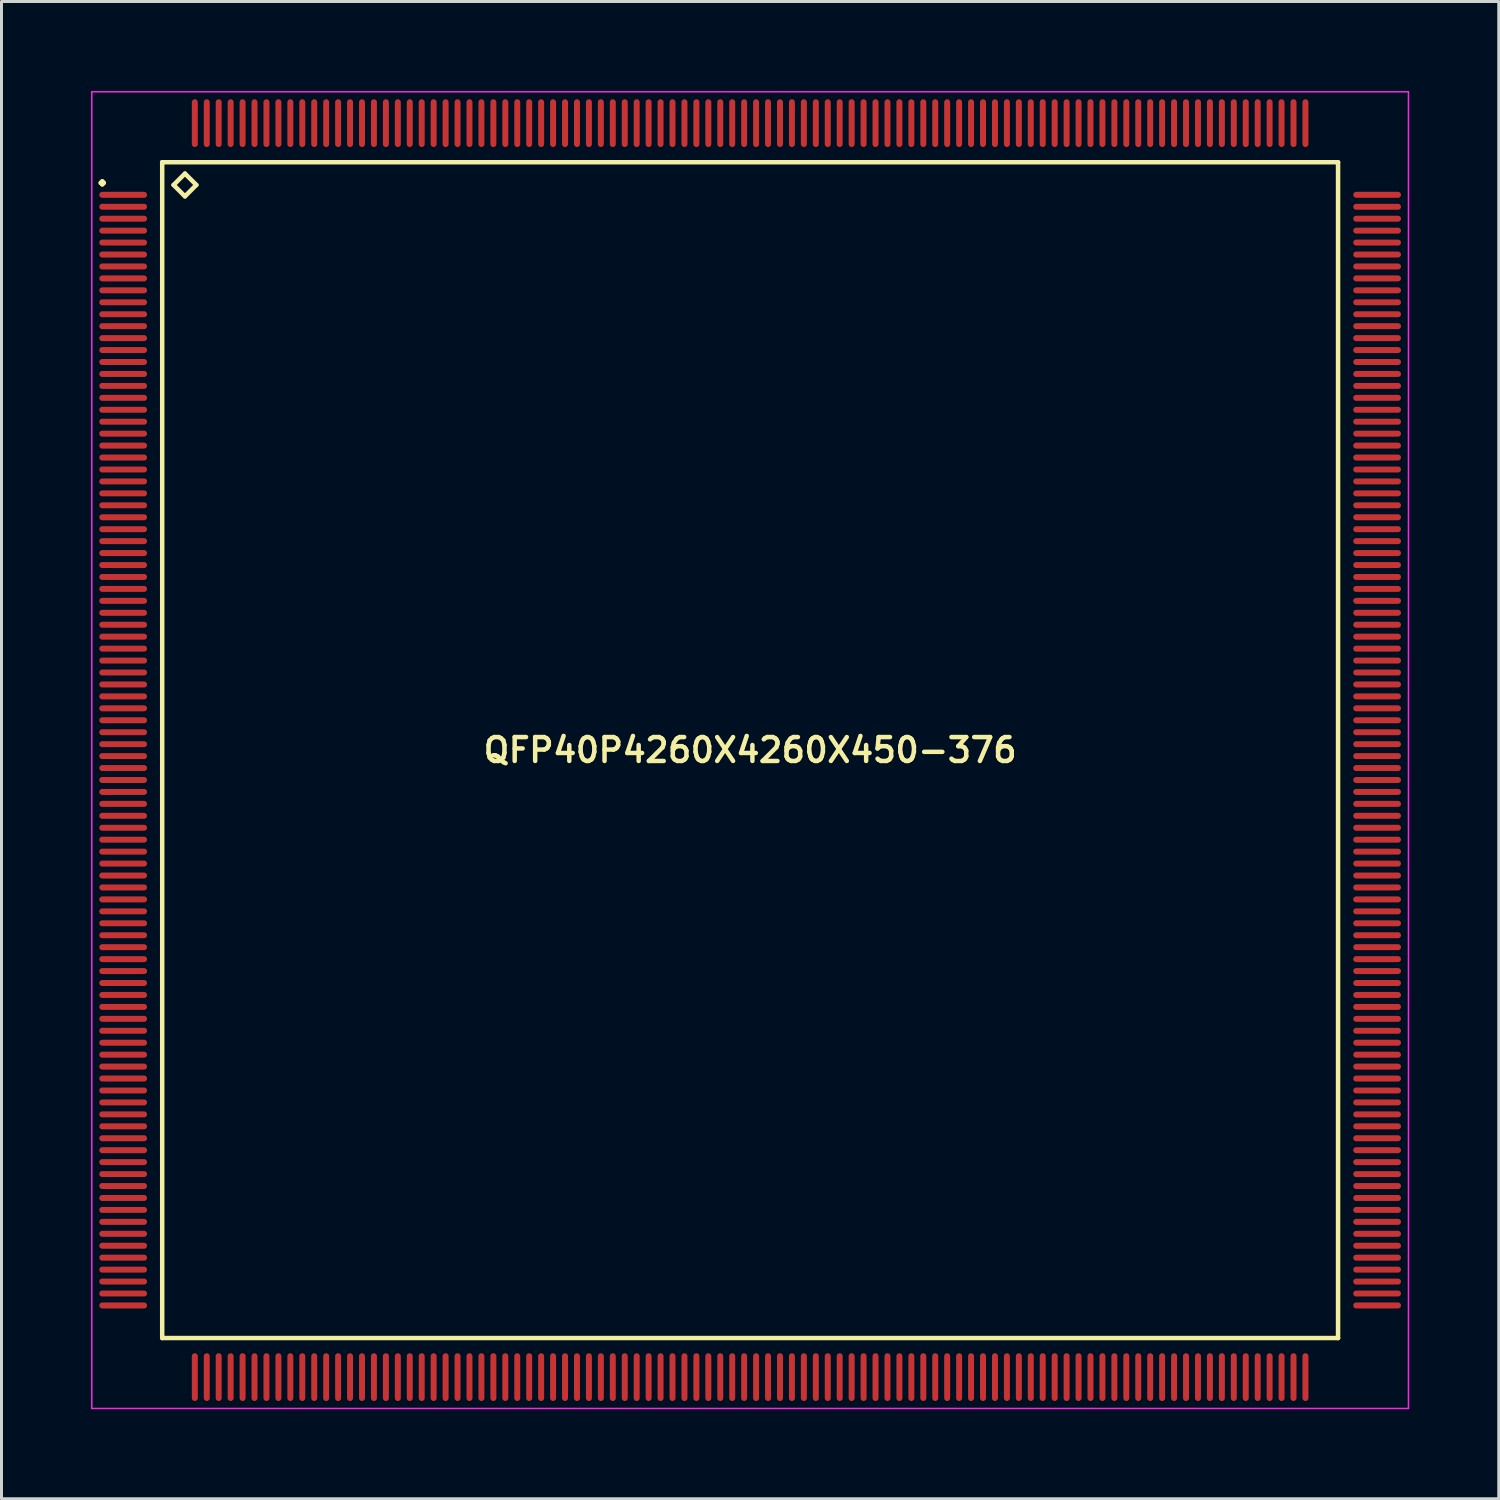
<source format=kicad_pcb>
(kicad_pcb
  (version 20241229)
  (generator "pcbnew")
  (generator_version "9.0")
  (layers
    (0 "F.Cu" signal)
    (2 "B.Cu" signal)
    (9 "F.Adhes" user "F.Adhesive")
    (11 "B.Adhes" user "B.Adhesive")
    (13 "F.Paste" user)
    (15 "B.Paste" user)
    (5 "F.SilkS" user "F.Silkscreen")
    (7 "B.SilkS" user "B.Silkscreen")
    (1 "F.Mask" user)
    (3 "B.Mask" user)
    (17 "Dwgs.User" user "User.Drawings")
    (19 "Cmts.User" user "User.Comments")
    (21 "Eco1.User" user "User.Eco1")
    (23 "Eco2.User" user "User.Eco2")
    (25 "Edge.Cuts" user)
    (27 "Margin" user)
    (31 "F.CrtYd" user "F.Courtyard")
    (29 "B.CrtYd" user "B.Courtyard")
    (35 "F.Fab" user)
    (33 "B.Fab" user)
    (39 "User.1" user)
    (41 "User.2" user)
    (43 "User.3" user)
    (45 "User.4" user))
  (footprint "QFP40P4260X4260X450-376"
    (layer "F.Cu")
    (at 22.075 22.075)
    (property "Reference" "QFP40P4260X4260X450-376" (at 0 0 0) (layer "F.SilkS") (effects (font (size 0.8 0.8) (thickness 0.15))))
    (attr smd)
    (fp_line (start -21.75 -19) (end -21.7 -19.05) (stroke (width 0.15) (type solid)) (layer "F.SilkS"))
    (fp_line (start -21.7 -19.05) (end -21.65 -19) (stroke (width 0.15) (type solid)) (layer "F.SilkS"))
    (fp_line (start -21.7 -18.95) (end -21.75 -19) (stroke (width 0.15) (type solid)) (layer "F.SilkS"))
    (fp_line (start -21.65 -19) (end -21.7 -18.95) (stroke (width 0.15) (type solid)) (layer "F.SilkS"))
    (fp_line (start -19.692 -19.692) (end -19.692 19.692) (stroke (width 0.15) (type solid)) (layer "F.SilkS"))
    (fp_line (start -19.692 19.692) (end 19.692 19.692) (stroke (width 0.15) (type solid)) (layer "F.SilkS"))
    (fp_line (start -19.311 -18.93) (end -18.93 -19.311) (stroke (width 0.15) (type solid)) (layer "F.SilkS"))
    (fp_line (start -18.93 -19.311) (end -18.549 -18.93) (stroke (width 0.15) (type solid)) (layer "F.SilkS"))
    (fp_line (start -18.93 -18.549) (end -19.311 -18.93) (stroke (width 0.15) (type solid)) (layer "F.SilkS"))
    (fp_line (start -18.549 -18.93) (end -18.93 -18.549) (stroke (width 0.15) (type solid)) (layer "F.SilkS"))
    (fp_line (start 19.692 -19.692) (end -19.692 -19.692) (stroke (width 0.15) (type solid)) (layer "F.SilkS"))
    (fp_line (start 19.692 19.692) (end 19.692 -19.692) (stroke (width 0.15) (type solid)) (layer "F.SilkS"))
    (fp_line (start -22.05 -22.05) (end 22.05 -22.05) (stroke (width 0.05) (type solid)) (layer "F.CrtYd"))
    (fp_line (start -22.05 22.05) (end -22.05 -22.05) (stroke (width 0.05) (type solid)) (layer "F.CrtYd"))
    (fp_line (start 22.05 -22.05) (end 22.05 22.05) (stroke (width 0.05) (type solid)) (layer "F.CrtYd"))
    (fp_line (start 22.05 22.05) (end -22.05 22.05) (stroke (width 0.05) (type solid)) (layer "F.CrtYd"))
    (pad "1" smd oval (at -21 -18.6) (size 1.6 0.2) (layers "F.Cu" "F.Mask" "F.Paste"))
    (pad "2" smd oval (at -21 -18.2) (size 1.6 0.2) (layers "F.Cu" "F.Mask" "F.Paste"))
    (pad "3" smd oval (at -21 -17.8) (size 1.6 0.2) (layers "F.Cu" "F.Mask" "F.Paste"))
    (pad "4" smd oval (at -21 -17.4) (size 1.6 0.2) (layers "F.Cu" "F.Mask" "F.Paste"))
    (pad "5" smd oval (at -21 -17) (size 1.6 0.2) (layers "F.Cu" "F.Mask" "F.Paste"))
    (pad "6" smd oval (at -21 -16.6) (size 1.6 0.2) (layers "F.Cu" "F.Mask" "F.Paste"))
    (pad "7" smd oval (at -21 -16.2) (size 1.6 0.2) (layers "F.Cu" "F.Mask" "F.Paste"))
    (pad "8" smd oval (at -21 -15.8) (size 1.6 0.2) (layers "F.Cu" "F.Mask" "F.Paste"))
    (pad "9" smd oval (at -21 -15.4) (size 1.6 0.2) (layers "F.Cu" "F.Mask" "F.Paste"))
    (pad "10" smd oval (at -21 -15) (size 1.6 0.2) (layers "F.Cu" "F.Mask" "F.Paste"))
    (pad "11" smd oval (at -21 -14.6) (size 1.6 0.2) (layers "F.Cu" "F.Mask" "F.Paste"))
    (pad "12" smd oval (at -21 -14.2) (size 1.6 0.2) (layers "F.Cu" "F.Mask" "F.Paste"))
    (pad "13" smd oval (at -21 -13.8) (size 1.6 0.2) (layers "F.Cu" "F.Mask" "F.Paste"))
    (pad "14" smd oval (at -21 -13.4) (size 1.6 0.2) (layers "F.Cu" "F.Mask" "F.Paste"))
    (pad "15" smd oval (at -21 -13) (size 1.6 0.2) (layers "F.Cu" "F.Mask" "F.Paste"))
    (pad "16" smd oval (at -21 -12.6) (size 1.6 0.2) (layers "F.Cu" "F.Mask" "F.Paste"))
    (pad "17" smd oval (at -21 -12.2) (size 1.6 0.2) (layers "F.Cu" "F.Mask" "F.Paste"))
    (pad "18" smd oval (at -21 -11.8) (size 1.6 0.2) (layers "F.Cu" "F.Mask" "F.Paste"))
    (pad "19" smd oval (at -21 -11.4) (size 1.6 0.2) (layers "F.Cu" "F.Mask" "F.Paste"))
    (pad "20" smd oval (at -21 -11) (size 1.6 0.2) (layers "F.Cu" "F.Mask" "F.Paste"))
    (pad "21" smd oval (at -21 -10.6) (size 1.6 0.2) (layers "F.Cu" "F.Mask" "F.Paste"))
    (pad "22" smd oval (at -21 -10.2) (size 1.6 0.2) (layers "F.Cu" "F.Mask" "F.Paste"))
    (pad "23" smd oval (at -21 -9.8) (size 1.6 0.2) (layers "F.Cu" "F.Mask" "F.Paste"))
    (pad "24" smd oval (at -21 -9.4) (size 1.6 0.2) (layers "F.Cu" "F.Mask" "F.Paste"))
    (pad "25" smd oval (at -21 -9) (size 1.6 0.2) (layers "F.Cu" "F.Mask" "F.Paste"))
    (pad "26" smd oval (at -21 -8.6) (size 1.6 0.2) (layers "F.Cu" "F.Mask" "F.Paste"))
    (pad "27" smd oval (at -21 -8.2) (size 1.6 0.2) (layers "F.Cu" "F.Mask" "F.Paste"))
    (pad "28" smd oval (at -21 -7.8) (size 1.6 0.2) (layers "F.Cu" "F.Mask" "F.Paste"))
    (pad "29" smd oval (at -21 -7.4) (size 1.6 0.2) (layers "F.Cu" "F.Mask" "F.Paste"))
    (pad "30" smd oval (at -21 -7) (size 1.6 0.2) (layers "F.Cu" "F.Mask" "F.Paste"))
    (pad "31" smd oval (at -21 -6.6) (size 1.6 0.2) (layers "F.Cu" "F.Mask" "F.Paste"))
    (pad "32" smd oval (at -21 -6.2) (size 1.6 0.2) (layers "F.Cu" "F.Mask" "F.Paste"))
    (pad "33" smd oval (at -21 -5.8) (size 1.6 0.2) (layers "F.Cu" "F.Mask" "F.Paste"))
    (pad "34" smd oval (at -21 -5.4) (size 1.6 0.2) (layers "F.Cu" "F.Mask" "F.Paste"))
    (pad "35" smd oval (at -21 -5) (size 1.6 0.2) (layers "F.Cu" "F.Mask" "F.Paste"))
    (pad "36" smd oval (at -21 -4.6) (size 1.6 0.2) (layers "F.Cu" "F.Mask" "F.Paste"))
    (pad "37" smd oval (at -21 -4.2) (size 1.6 0.2) (layers "F.Cu" "F.Mask" "F.Paste"))
    (pad "38" smd oval (at -21 -3.8) (size 1.6 0.2) (layers "F.Cu" "F.Mask" "F.Paste"))
    (pad "39" smd oval (at -21 -3.4) (size 1.6 0.2) (layers "F.Cu" "F.Mask" "F.Paste"))
    (pad "40" smd oval (at -21 -3) (size 1.6 0.2) (layers "F.Cu" "F.Mask" "F.Paste"))
    (pad "41" smd oval (at -21 -2.6) (size 1.6 0.2) (layers "F.Cu" "F.Mask" "F.Paste"))
    (pad "42" smd oval (at -21 -2.2) (size 1.6 0.2) (layers "F.Cu" "F.Mask" "F.Paste"))
    (pad "43" smd oval (at -21 -1.8) (size 1.6 0.2) (layers "F.Cu" "F.Mask" "F.Paste"))
    (pad "44" smd oval (at -21 -1.4) (size 1.6 0.2) (layers "F.Cu" "F.Mask" "F.Paste"))
    (pad "45" smd oval (at -21 -1) (size 1.6 0.2) (layers "F.Cu" "F.Mask" "F.Paste"))
    (pad "46" smd oval (at -21 -0.6) (size 1.6 0.2) (layers "F.Cu" "F.Mask" "F.Paste"))
    (pad "47" smd oval (at -21 -0.2) (size 1.6 0.2) (layers "F.Cu" "F.Mask" "F.Paste"))
    (pad "48" smd oval (at -21 0.2) (size 1.6 0.2) (layers "F.Cu" "F.Mask" "F.Paste"))
    (pad "49" smd oval (at -21 0.6) (size 1.6 0.2) (layers "F.Cu" "F.Mask" "F.Paste"))
    (pad "50" smd oval (at -21 1) (size 1.6 0.2) (layers "F.Cu" "F.Mask" "F.Paste"))
    (pad "51" smd oval (at -21 1.4) (size 1.6 0.2) (layers "F.Cu" "F.Mask" "F.Paste"))
    (pad "52" smd oval (at -21 1.8) (size 1.6 0.2) (layers "F.Cu" "F.Mask" "F.Paste"))
    (pad "53" smd oval (at -21 2.2) (size 1.6 0.2) (layers "F.Cu" "F.Mask" "F.Paste"))
    (pad "54" smd oval (at -21 2.6) (size 1.6 0.2) (layers "F.Cu" "F.Mask" "F.Paste"))
    (pad "55" smd oval (at -21 3) (size 1.6 0.2) (layers "F.Cu" "F.Mask" "F.Paste"))
    (pad "56" smd oval (at -21 3.4) (size 1.6 0.2) (layers "F.Cu" "F.Mask" "F.Paste"))
    (pad "57" smd oval (at -21 3.8) (size 1.6 0.2) (layers "F.Cu" "F.Mask" "F.Paste"))
    (pad "58" smd oval (at -21 4.2) (size 1.6 0.2) (layers "F.Cu" "F.Mask" "F.Paste"))
    (pad "59" smd oval (at -21 4.6) (size 1.6 0.2) (layers "F.Cu" "F.Mask" "F.Paste"))
    (pad "60" smd oval (at -21 5) (size 1.6 0.2) (layers "F.Cu" "F.Mask" "F.Paste"))
    (pad "61" smd oval (at -21 5.4) (size 1.6 0.2) (layers "F.Cu" "F.Mask" "F.Paste"))
    (pad "62" smd oval (at -21 5.8) (size 1.6 0.2) (layers "F.Cu" "F.Mask" "F.Paste"))
    (pad "63" smd oval (at -21 6.2) (size 1.6 0.2) (layers "F.Cu" "F.Mask" "F.Paste"))
    (pad "64" smd oval (at -21 6.6) (size 1.6 0.2) (layers "F.Cu" "F.Mask" "F.Paste"))
    (pad "65" smd oval (at -21 7) (size 1.6 0.2) (layers "F.Cu" "F.Mask" "F.Paste"))
    (pad "66" smd oval (at -21 7.4) (size 1.6 0.2) (layers "F.Cu" "F.Mask" "F.Paste"))
    (pad "67" smd oval (at -21 7.8) (size 1.6 0.2) (layers "F.Cu" "F.Mask" "F.Paste"))
    (pad "68" smd oval (at -21 8.2) (size 1.6 0.2) (layers "F.Cu" "F.Mask" "F.Paste"))
    (pad "69" smd oval (at -21 8.6) (size 1.6 0.2) (layers "F.Cu" "F.Mask" "F.Paste"))
    (pad "70" smd oval (at -21 9) (size 1.6 0.2) (layers "F.Cu" "F.Mask" "F.Paste"))
    (pad "71" smd oval (at -21 9.4) (size 1.6 0.2) (layers "F.Cu" "F.Mask" "F.Paste"))
    (pad "72" smd oval (at -21 9.8) (size 1.6 0.2) (layers "F.Cu" "F.Mask" "F.Paste"))
    (pad "73" smd oval (at -21 10.2) (size 1.6 0.2) (layers "F.Cu" "F.Mask" "F.Paste"))
    (pad "74" smd oval (at -21 10.6) (size 1.6 0.2) (layers "F.Cu" "F.Mask" "F.Paste"))
    (pad "75" smd oval (at -21 11) (size 1.6 0.2) (layers "F.Cu" "F.Mask" "F.Paste"))
    (pad "76" smd oval (at -21 11.4) (size 1.6 0.2) (layers "F.Cu" "F.Mask" "F.Paste"))
    (pad "77" smd oval (at -21 11.8) (size 1.6 0.2) (layers "F.Cu" "F.Mask" "F.Paste"))
    (pad "78" smd oval (at -21 12.2) (size 1.6 0.2) (layers "F.Cu" "F.Mask" "F.Paste"))
    (pad "79" smd oval (at -21 12.6) (size 1.6 0.2) (layers "F.Cu" "F.Mask" "F.Paste"))
    (pad "80" smd oval (at -21 13) (size 1.6 0.2) (layers "F.Cu" "F.Mask" "F.Paste"))
    (pad "81" smd oval (at -21 13.4) (size 1.6 0.2) (layers "F.Cu" "F.Mask" "F.Paste"))
    (pad "82" smd oval (at -21 13.8) (size 1.6 0.2) (layers "F.Cu" "F.Mask" "F.Paste"))
    (pad "83" smd oval (at -21 14.2) (size 1.6 0.2) (layers "F.Cu" "F.Mask" "F.Paste"))
    (pad "84" smd oval (at -21 14.6) (size 1.6 0.2) (layers "F.Cu" "F.Mask" "F.Paste"))
    (pad "85" smd oval (at -21 15) (size 1.6 0.2) (layers "F.Cu" "F.Mask" "F.Paste"))
    (pad "86" smd oval (at -21 15.4) (size 1.6 0.2) (layers "F.Cu" "F.Mask" "F.Paste"))
    (pad "87" smd oval (at -21 15.8) (size 1.6 0.2) (layers "F.Cu" "F.Mask" "F.Paste"))
    (pad "88" smd oval (at -21 16.2) (size 1.6 0.2) (layers "F.Cu" "F.Mask" "F.Paste"))
    (pad "89" smd oval (at -21 16.6) (size 1.6 0.2) (layers "F.Cu" "F.Mask" "F.Paste"))
    (pad "90" smd oval (at -21 17) (size 1.6 0.2) (layers "F.Cu" "F.Mask" "F.Paste"))
    (pad "91" smd oval (at -21 17.4) (size 1.6 0.2) (layers "F.Cu" "F.Mask" "F.Paste"))
    (pad "92" smd oval (at -21 17.8) (size 1.6 0.2) (layers "F.Cu" "F.Mask" "F.Paste"))
    (pad "93" smd oval (at -21 18.2) (size 1.6 0.2) (layers "F.Cu" "F.Mask" "F.Paste"))
    (pad "94" smd oval (at -21 18.6) (size 1.6 0.2) (layers "F.Cu" "F.Mask" "F.Paste"))
    (pad "95" smd oval (at -18.6 21) (size 0.2 1.6) (layers "F.Cu" "F.Mask" "F.Paste"))
    (pad "96" smd oval (at -18.2 21) (size 0.2 1.6) (layers "F.Cu" "F.Mask" "F.Paste"))
    (pad "97" smd oval (at -17.8 21) (size 0.2 1.6) (layers "F.Cu" "F.Mask" "F.Paste"))
    (pad "98" smd oval (at -17.4 21) (size 0.2 1.6) (layers "F.Cu" "F.Mask" "F.Paste"))
    (pad "99" smd oval (at -17 21) (size 0.2 1.6) (layers "F.Cu" "F.Mask" "F.Paste"))
    (pad "100" smd oval (at -16.6 21) (size 0.2 1.6) (layers "F.Cu" "F.Mask" "F.Paste"))
    (pad "101" smd oval (at -16.2 21) (size 0.2 1.6) (layers "F.Cu" "F.Mask" "F.Paste"))
    (pad "102" smd oval (at -15.8 21) (size 0.2 1.6) (layers "F.Cu" "F.Mask" "F.Paste"))
    (pad "103" smd oval (at -15.4 21) (size 0.2 1.6) (layers "F.Cu" "F.Mask" "F.Paste"))
    (pad "104" smd oval (at -15 21) (size 0.2 1.6) (layers "F.Cu" "F.Mask" "F.Paste"))
    (pad "105" smd oval (at -14.6 21) (size 0.2 1.6) (layers "F.Cu" "F.Mask" "F.Paste"))
    (pad "106" smd oval (at -14.2 21) (size 0.2 1.6) (layers "F.Cu" "F.Mask" "F.Paste"))
    (pad "107" smd oval (at -13.8 21) (size 0.2 1.6) (layers "F.Cu" "F.Mask" "F.Paste"))
    (pad "108" smd oval (at -13.4 21) (size 0.2 1.6) (layers "F.Cu" "F.Mask" "F.Paste"))
    (pad "109" smd oval (at -13 21) (size 0.2 1.6) (layers "F.Cu" "F.Mask" "F.Paste"))
    (pad "110" smd oval (at -12.6 21) (size 0.2 1.6) (layers "F.Cu" "F.Mask" "F.Paste"))
    (pad "111" smd oval (at -12.2 21) (size 0.2 1.6) (layers "F.Cu" "F.Mask" "F.Paste"))
    (pad "112" smd oval (at -11.8 21) (size 0.2 1.6) (layers "F.Cu" "F.Mask" "F.Paste"))
    (pad "113" smd oval (at -11.4 21) (size 0.2 1.6) (layers "F.Cu" "F.Mask" "F.Paste"))
    (pad "114" smd oval (at -11 21) (size 0.2 1.6) (layers "F.Cu" "F.Mask" "F.Paste"))
    (pad "115" smd oval (at -10.6 21) (size 0.2 1.6) (layers "F.Cu" "F.Mask" "F.Paste"))
    (pad "116" smd oval (at -10.2 21) (size 0.2 1.6) (layers "F.Cu" "F.Mask" "F.Paste"))
    (pad "117" smd oval (at -9.8 21) (size 0.2 1.6) (layers "F.Cu" "F.Mask" "F.Paste"))
    (pad "118" smd oval (at -9.4 21) (size 0.2 1.6) (layers "F.Cu" "F.Mask" "F.Paste"))
    (pad "119" smd oval (at -9 21) (size 0.2 1.6) (layers "F.Cu" "F.Mask" "F.Paste"))
    (pad "120" smd oval (at -8.6 21) (size 0.2 1.6) (layers "F.Cu" "F.Mask" "F.Paste"))
    (pad "121" smd oval (at -8.2 21) (size 0.2 1.6) (layers "F.Cu" "F.Mask" "F.Paste"))
    (pad "122" smd oval (at -7.8 21) (size 0.2 1.6) (layers "F.Cu" "F.Mask" "F.Paste"))
    (pad "123" smd oval (at -7.4 21) (size 0.2 1.6) (layers "F.Cu" "F.Mask" "F.Paste"))
    (pad "124" smd oval (at -7 21) (size 0.2 1.6) (layers "F.Cu" "F.Mask" "F.Paste"))
    (pad "125" smd oval (at -6.6 21) (size 0.2 1.6) (layers "F.Cu" "F.Mask" "F.Paste"))
    (pad "126" smd oval (at -6.2 21) (size 0.2 1.6) (layers "F.Cu" "F.Mask" "F.Paste"))
    (pad "127" smd oval (at -5.8 21) (size 0.2 1.6) (layers "F.Cu" "F.Mask" "F.Paste"))
    (pad "128" smd oval (at -5.4 21) (size 0.2 1.6) (layers "F.Cu" "F.Mask" "F.Paste"))
    (pad "129" smd oval (at -5 21) (size 0.2 1.6) (layers "F.Cu" "F.Mask" "F.Paste"))
    (pad "130" smd oval (at -4.6 21) (size 0.2 1.6) (layers "F.Cu" "F.Mask" "F.Paste"))
    (pad "131" smd oval (at -4.2 21) (size 0.2 1.6) (layers "F.Cu" "F.Mask" "F.Paste"))
    (pad "132" smd oval (at -3.8 21) (size 0.2 1.6) (layers "F.Cu" "F.Mask" "F.Paste"))
    (pad "133" smd oval (at -3.4 21) (size 0.2 1.6) (layers "F.Cu" "F.Mask" "F.Paste"))
    (pad "134" smd oval (at -3 21) (size 0.2 1.6) (layers "F.Cu" "F.Mask" "F.Paste"))
    (pad "135" smd oval (at -2.6 21) (size 0.2 1.6) (layers "F.Cu" "F.Mask" "F.Paste"))
    (pad "136" smd oval (at -2.2 21) (size 0.2 1.6) (layers "F.Cu" "F.Mask" "F.Paste"))
    (pad "137" smd oval (at -1.8 21) (size 0.2 1.6) (layers "F.Cu" "F.Mask" "F.Paste"))
    (pad "138" smd oval (at -1.4 21) (size 0.2 1.6) (layers "F.Cu" "F.Mask" "F.Paste"))
    (pad "139" smd oval (at -1 21) (size 0.2 1.6) (layers "F.Cu" "F.Mask" "F.Paste"))
    (pad "140" smd oval (at -0.6 21) (size 0.2 1.6) (layers "F.Cu" "F.Mask" "F.Paste"))
    (pad "141" smd oval (at -0.2 21) (size 0.2 1.6) (layers "F.Cu" "F.Mask" "F.Paste"))
    (pad "142" smd oval (at 0.2 21) (size 0.2 1.6) (layers "F.Cu" "F.Mask" "F.Paste"))
    (pad "143" smd oval (at 0.6 21) (size 0.2 1.6) (layers "F.Cu" "F.Mask" "F.Paste"))
    (pad "144" smd oval (at 1 21) (size 0.2 1.6) (layers "F.Cu" "F.Mask" "F.Paste"))
    (pad "145" smd oval (at 1.4 21) (size 0.2 1.6) (layers "F.Cu" "F.Mask" "F.Paste"))
    (pad "146" smd oval (at 1.8 21) (size 0.2 1.6) (layers "F.Cu" "F.Mask" "F.Paste"))
    (pad "147" smd oval (at 2.2 21) (size 0.2 1.6) (layers "F.Cu" "F.Mask" "F.Paste"))
    (pad "148" smd oval (at 2.6 21) (size 0.2 1.6) (layers "F.Cu" "F.Mask" "F.Paste"))
    (pad "149" smd oval (at 3 21) (size 0.2 1.6) (layers "F.Cu" "F.Mask" "F.Paste"))
    (pad "150" smd oval (at 3.4 21) (size 0.2 1.6) (layers "F.Cu" "F.Mask" "F.Paste"))
    (pad "151" smd oval (at 3.8 21) (size 0.2 1.6) (layers "F.Cu" "F.Mask" "F.Paste"))
    (pad "152" smd oval (at 4.2 21) (size 0.2 1.6) (layers "F.Cu" "F.Mask" "F.Paste"))
    (pad "153" smd oval (at 4.6 21) (size 0.2 1.6) (layers "F.Cu" "F.Mask" "F.Paste"))
    (pad "154" smd oval (at 5 21) (size 0.2 1.6) (layers "F.Cu" "F.Mask" "F.Paste"))
    (pad "155" smd oval (at 5.4 21) (size 0.2 1.6) (layers "F.Cu" "F.Mask" "F.Paste"))
    (pad "156" smd oval (at 5.8 21) (size 0.2 1.6) (layers "F.Cu" "F.Mask" "F.Paste"))
    (pad "157" smd oval (at 6.2 21) (size 0.2 1.6) (layers "F.Cu" "F.Mask" "F.Paste"))
    (pad "158" smd oval (at 6.6 21) (size 0.2 1.6) (layers "F.Cu" "F.Mask" "F.Paste"))
    (pad "159" smd oval (at 7 21) (size 0.2 1.6) (layers "F.Cu" "F.Mask" "F.Paste"))
    (pad "160" smd oval (at 7.4 21) (size 0.2 1.6) (layers "F.Cu" "F.Mask" "F.Paste"))
    (pad "161" smd oval (at 7.8 21) (size 0.2 1.6) (layers "F.Cu" "F.Mask" "F.Paste"))
    (pad "162" smd oval (at 8.2 21) (size 0.2 1.6) (layers "F.Cu" "F.Mask" "F.Paste"))
    (pad "163" smd oval (at 8.6 21) (size 0.2 1.6) (layers "F.Cu" "F.Mask" "F.Paste"))
    (pad "164" smd oval (at 9 21) (size 0.2 1.6) (layers "F.Cu" "F.Mask" "F.Paste"))
    (pad "165" smd oval (at 9.4 21) (size 0.2 1.6) (layers "F.Cu" "F.Mask" "F.Paste"))
    (pad "166" smd oval (at 9.8 21) (size 0.2 1.6) (layers "F.Cu" "F.Mask" "F.Paste"))
    (pad "167" smd oval (at 10.2 21) (size 0.2 1.6) (layers "F.Cu" "F.Mask" "F.Paste"))
    (pad "168" smd oval (at 10.6 21) (size 0.2 1.6) (layers "F.Cu" "F.Mask" "F.Paste"))
    (pad "169" smd oval (at 11 21) (size 0.2 1.6) (layers "F.Cu" "F.Mask" "F.Paste"))
    (pad "170" smd oval (at 11.4 21) (size 0.2 1.6) (layers "F.Cu" "F.Mask" "F.Paste"))
    (pad "171" smd oval (at 11.8 21) (size 0.2 1.6) (layers "F.Cu" "F.Mask" "F.Paste"))
    (pad "172" smd oval (at 12.2 21) (size 0.2 1.6) (layers "F.Cu" "F.Mask" "F.Paste"))
    (pad "173" smd oval (at 12.6 21) (size 0.2 1.6) (layers "F.Cu" "F.Mask" "F.Paste"))
    (pad "174" smd oval (at 13 21) (size 0.2 1.6) (layers "F.Cu" "F.Mask" "F.Paste"))
    (pad "175" smd oval (at 13.4 21) (size 0.2 1.6) (layers "F.Cu" "F.Mask" "F.Paste"))
    (pad "176" smd oval (at 13.8 21) (size 0.2 1.6) (layers "F.Cu" "F.Mask" "F.Paste"))
    (pad "177" smd oval (at 14.2 21) (size 0.2 1.6) (layers "F.Cu" "F.Mask" "F.Paste"))
    (pad "178" smd oval (at 14.6 21) (size 0.2 1.6) (layers "F.Cu" "F.Mask" "F.Paste"))
    (pad "179" smd oval (at 15 21) (size 0.2 1.6) (layers "F.Cu" "F.Mask" "F.Paste"))
    (pad "180" smd oval (at 15.4 21) (size 0.2 1.6) (layers "F.Cu" "F.Mask" "F.Paste"))
    (pad "181" smd oval (at 15.8 21) (size 0.2 1.6) (layers "F.Cu" "F.Mask" "F.Paste"))
    (pad "182" smd oval (at 16.2 21) (size 0.2 1.6) (layers "F.Cu" "F.Mask" "F.Paste"))
    (pad "183" smd oval (at 16.6 21) (size 0.2 1.6) (layers "F.Cu" "F.Mask" "F.Paste"))
    (pad "184" smd oval (at 17 21) (size 0.2 1.6) (layers "F.Cu" "F.Mask" "F.Paste"))
    (pad "185" smd oval (at 17.4 21) (size 0.2 1.6) (layers "F.Cu" "F.Mask" "F.Paste"))
    (pad "186" smd oval (at 17.8 21) (size 0.2 1.6) (layers "F.Cu" "F.Mask" "F.Paste"))
    (pad "187" smd oval (at 18.2 21) (size 0.2 1.6) (layers "F.Cu" "F.Mask" "F.Paste"))
    (pad "188" smd oval (at 18.6 21) (size 0.2 1.6) (layers "F.Cu" "F.Mask" "F.Paste"))
    (pad "189" smd oval (at 21 18.6) (size 1.6 0.2) (layers "F.Cu" "F.Mask" "F.Paste"))
    (pad "190" smd oval (at 21 18.2) (size 1.6 0.2) (layers "F.Cu" "F.Mask" "F.Paste"))
    (pad "191" smd oval (at 21 17.8) (size 1.6 0.2) (layers "F.Cu" "F.Mask" "F.Paste"))
    (pad "192" smd oval (at 21 17.4) (size 1.6 0.2) (layers "F.Cu" "F.Mask" "F.Paste"))
    (pad "193" smd oval (at 21 17) (size 1.6 0.2) (layers "F.Cu" "F.Mask" "F.Paste"))
    (pad "194" smd oval (at 21 16.6) (size 1.6 0.2) (layers "F.Cu" "F.Mask" "F.Paste"))
    (pad "195" smd oval (at 21 16.2) (size 1.6 0.2) (layers "F.Cu" "F.Mask" "F.Paste"))
    (pad "196" smd oval (at 21 15.8) (size 1.6 0.2) (layers "F.Cu" "F.Mask" "F.Paste"))
    (pad "197" smd oval (at 21 15.4) (size 1.6 0.2) (layers "F.Cu" "F.Mask" "F.Paste"))
    (pad "198" smd oval (at 21 15) (size 1.6 0.2) (layers "F.Cu" "F.Mask" "F.Paste"))
    (pad "199" smd oval (at 21 14.6) (size 1.6 0.2) (layers "F.Cu" "F.Mask" "F.Paste"))
    (pad "200" smd oval (at 21 14.2) (size 1.6 0.2) (layers "F.Cu" "F.Mask" "F.Paste"))
    (pad "201" smd oval (at 21 13.8) (size 1.6 0.2) (layers "F.Cu" "F.Mask" "F.Paste"))
    (pad "202" smd oval (at 21 13.4) (size 1.6 0.2) (layers "F.Cu" "F.Mask" "F.Paste"))
    (pad "203" smd oval (at 21 13) (size 1.6 0.2) (layers "F.Cu" "F.Mask" "F.Paste"))
    (pad "204" smd oval (at 21 12.6) (size 1.6 0.2) (layers "F.Cu" "F.Mask" "F.Paste"))
    (pad "205" smd oval (at 21 12.2) (size 1.6 0.2) (layers "F.Cu" "F.Mask" "F.Paste"))
    (pad "206" smd oval (at 21 11.8) (size 1.6 0.2) (layers "F.Cu" "F.Mask" "F.Paste"))
    (pad "207" smd oval (at 21 11.4) (size 1.6 0.2) (layers "F.Cu" "F.Mask" "F.Paste"))
    (pad "208" smd oval (at 21 11) (size 1.6 0.2) (layers "F.Cu" "F.Mask" "F.Paste"))
    (pad "209" smd oval (at 21 10.6) (size 1.6 0.2) (layers "F.Cu" "F.Mask" "F.Paste"))
    (pad "210" smd oval (at 21 10.2) (size 1.6 0.2) (layers "F.Cu" "F.Mask" "F.Paste"))
    (pad "211" smd oval (at 21 9.8) (size 1.6 0.2) (layers "F.Cu" "F.Mask" "F.Paste"))
    (pad "212" smd oval (at 21 9.4) (size 1.6 0.2) (layers "F.Cu" "F.Mask" "F.Paste"))
    (pad "213" smd oval (at 21 9) (size 1.6 0.2) (layers "F.Cu" "F.Mask" "F.Paste"))
    (pad "214" smd oval (at 21 8.6) (size 1.6 0.2) (layers "F.Cu" "F.Mask" "F.Paste"))
    (pad "215" smd oval (at 21 8.2) (size 1.6 0.2) (layers "F.Cu" "F.Mask" "F.Paste"))
    (pad "216" smd oval (at 21 7.8) (size 1.6 0.2) (layers "F.Cu" "F.Mask" "F.Paste"))
    (pad "217" smd oval (at 21 7.4) (size 1.6 0.2) (layers "F.Cu" "F.Mask" "F.Paste"))
    (pad "218" smd oval (at 21 7) (size 1.6 0.2) (layers "F.Cu" "F.Mask" "F.Paste"))
    (pad "219" smd oval (at 21 6.6) (size 1.6 0.2) (layers "F.Cu" "F.Mask" "F.Paste"))
    (pad "220" smd oval (at 21 6.2) (size 1.6 0.2) (layers "F.Cu" "F.Mask" "F.Paste"))
    (pad "221" smd oval (at 21 5.8) (size 1.6 0.2) (layers "F.Cu" "F.Mask" "F.Paste"))
    (pad "222" smd oval (at 21 5.4) (size 1.6 0.2) (layers "F.Cu" "F.Mask" "F.Paste"))
    (pad "223" smd oval (at 21 5) (size 1.6 0.2) (layers "F.Cu" "F.Mask" "F.Paste"))
    (pad "224" smd oval (at 21 4.6) (size 1.6 0.2) (layers "F.Cu" "F.Mask" "F.Paste"))
    (pad "225" smd oval (at 21 4.2) (size 1.6 0.2) (layers "F.Cu" "F.Mask" "F.Paste"))
    (pad "226" smd oval (at 21 3.8) (size 1.6 0.2) (layers "F.Cu" "F.Mask" "F.Paste"))
    (pad "227" smd oval (at 21 3.4) (size 1.6 0.2) (layers "F.Cu" "F.Mask" "F.Paste"))
    (pad "228" smd oval (at 21 3) (size 1.6 0.2) (layers "F.Cu" "F.Mask" "F.Paste"))
    (pad "229" smd oval (at 21 2.6) (size 1.6 0.2) (layers "F.Cu" "F.Mask" "F.Paste"))
    (pad "230" smd oval (at 21 2.2) (size 1.6 0.2) (layers "F.Cu" "F.Mask" "F.Paste"))
    (pad "231" smd oval (at 21 1.8) (size 1.6 0.2) (layers "F.Cu" "F.Mask" "F.Paste"))
    (pad "232" smd oval (at 21 1.4) (size 1.6 0.2) (layers "F.Cu" "F.Mask" "F.Paste"))
    (pad "233" smd oval (at 21 1) (size 1.6 0.2) (layers "F.Cu" "F.Mask" "F.Paste"))
    (pad "234" smd oval (at 21 0.6) (size 1.6 0.2) (layers "F.Cu" "F.Mask" "F.Paste"))
    (pad "235" smd oval (at 21 0.2) (size 1.6 0.2) (layers "F.Cu" "F.Mask" "F.Paste"))
    (pad "236" smd oval (at 21 -0.2) (size 1.6 0.2) (layers "F.Cu" "F.Mask" "F.Paste"))
    (pad "237" smd oval (at 21 -0.6) (size 1.6 0.2) (layers "F.Cu" "F.Mask" "F.Paste"))
    (pad "238" smd oval (at 21 -1) (size 1.6 0.2) (layers "F.Cu" "F.Mask" "F.Paste"))
    (pad "239" smd oval (at 21 -1.4) (size 1.6 0.2) (layers "F.Cu" "F.Mask" "F.Paste"))
    (pad "240" smd oval (at 21 -1.8) (size 1.6 0.2) (layers "F.Cu" "F.Mask" "F.Paste"))
    (pad "241" smd oval (at 21 -2.2) (size 1.6 0.2) (layers "F.Cu" "F.Mask" "F.Paste"))
    (pad "242" smd oval (at 21 -2.6) (size 1.6 0.2) (layers "F.Cu" "F.Mask" "F.Paste"))
    (pad "243" smd oval (at 21 -3) (size 1.6 0.2) (layers "F.Cu" "F.Mask" "F.Paste"))
    (pad "244" smd oval (at 21 -3.4) (size 1.6 0.2) (layers "F.Cu" "F.Mask" "F.Paste"))
    (pad "245" smd oval (at 21 -3.8) (size 1.6 0.2) (layers "F.Cu" "F.Mask" "F.Paste"))
    (pad "246" smd oval (at 21 -4.2) (size 1.6 0.2) (layers "F.Cu" "F.Mask" "F.Paste"))
    (pad "247" smd oval (at 21 -4.6) (size 1.6 0.2) (layers "F.Cu" "F.Mask" "F.Paste"))
    (pad "248" smd oval (at 21 -5) (size 1.6 0.2) (layers "F.Cu" "F.Mask" "F.Paste"))
    (pad "249" smd oval (at 21 -5.4) (size 1.6 0.2) (layers "F.Cu" "F.Mask" "F.Paste"))
    (pad "250" smd oval (at 21 -5.8) (size 1.6 0.2) (layers "F.Cu" "F.Mask" "F.Paste"))
    (pad "251" smd oval (at 21 -6.2) (size 1.6 0.2) (layers "F.Cu" "F.Mask" "F.Paste"))
    (pad "252" smd oval (at 21 -6.6) (size 1.6 0.2) (layers "F.Cu" "F.Mask" "F.Paste"))
    (pad "253" smd oval (at 21 -7) (size 1.6 0.2) (layers "F.Cu" "F.Mask" "F.Paste"))
    (pad "254" smd oval (at 21 -7.4) (size 1.6 0.2) (layers "F.Cu" "F.Mask" "F.Paste"))
    (pad "255" smd oval (at 21 -7.8) (size 1.6 0.2) (layers "F.Cu" "F.Mask" "F.Paste"))
    (pad "256" smd oval (at 21 -8.2) (size 1.6 0.2) (layers "F.Cu" "F.Mask" "F.Paste"))
    (pad "257" smd oval (at 21 -8.6) (size 1.6 0.2) (layers "F.Cu" "F.Mask" "F.Paste"))
    (pad "258" smd oval (at 21 -9) (size 1.6 0.2) (layers "F.Cu" "F.Mask" "F.Paste"))
    (pad "259" smd oval (at 21 -9.4) (size 1.6 0.2) (layers "F.Cu" "F.Mask" "F.Paste"))
    (pad "260" smd oval (at 21 -9.8) (size 1.6 0.2) (layers "F.Cu" "F.Mask" "F.Paste"))
    (pad "261" smd oval (at 21 -10.2) (size 1.6 0.2) (layers "F.Cu" "F.Mask" "F.Paste"))
    (pad "262" smd oval (at 21 -10.6) (size 1.6 0.2) (layers "F.Cu" "F.Mask" "F.Paste"))
    (pad "263" smd oval (at 21 -11) (size 1.6 0.2) (layers "F.Cu" "F.Mask" "F.Paste"))
    (pad "264" smd oval (at 21 -11.4) (size 1.6 0.2) (layers "F.Cu" "F.Mask" "F.Paste"))
    (pad "265" smd oval (at 21 -11.8) (size 1.6 0.2) (layers "F.Cu" "F.Mask" "F.Paste"))
    (pad "266" smd oval (at 21 -12.2) (size 1.6 0.2) (layers "F.Cu" "F.Mask" "F.Paste"))
    (pad "267" smd oval (at 21 -12.6) (size 1.6 0.2) (layers "F.Cu" "F.Mask" "F.Paste"))
    (pad "268" smd oval (at 21 -13) (size 1.6 0.2) (layers "F.Cu" "F.Mask" "F.Paste"))
    (pad "269" smd oval (at 21 -13.4) (size 1.6 0.2) (layers "F.Cu" "F.Mask" "F.Paste"))
    (pad "270" smd oval (at 21 -13.8) (size 1.6 0.2) (layers "F.Cu" "F.Mask" "F.Paste"))
    (pad "271" smd oval (at 21 -14.2) (size 1.6 0.2) (layers "F.Cu" "F.Mask" "F.Paste"))
    (pad "272" smd oval (at 21 -14.6) (size 1.6 0.2) (layers "F.Cu" "F.Mask" "F.Paste"))
    (pad "273" smd oval (at 21 -15) (size 1.6 0.2) (layers "F.Cu" "F.Mask" "F.Paste"))
    (pad "274" smd oval (at 21 -15.4) (size 1.6 0.2) (layers "F.Cu" "F.Mask" "F.Paste"))
    (pad "275" smd oval (at 21 -15.8) (size 1.6 0.2) (layers "F.Cu" "F.Mask" "F.Paste"))
    (pad "276" smd oval (at 21 -16.2) (size 1.6 0.2) (layers "F.Cu" "F.Mask" "F.Paste"))
    (pad "277" smd oval (at 21 -16.6) (size 1.6 0.2) (layers "F.Cu" "F.Mask" "F.Paste"))
    (pad "278" smd oval (at 21 -17) (size 1.6 0.2) (layers "F.Cu" "F.Mask" "F.Paste"))
    (pad "279" smd oval (at 21 -17.4) (size 1.6 0.2) (layers "F.Cu" "F.Mask" "F.Paste"))
    (pad "280" smd oval (at 21 -17.8) (size 1.6 0.2) (layers "F.Cu" "F.Mask" "F.Paste"))
    (pad "281" smd oval (at 21 -18.2) (size 1.6 0.2) (layers "F.Cu" "F.Mask" "F.Paste"))
    (pad "282" smd oval (at 21 -18.6) (size 1.6 0.2) (layers "F.Cu" "F.Mask" "F.Paste"))
    (pad "283" smd oval (at 18.6 -21) (size 0.2 1.6) (layers "F.Cu" "F.Mask" "F.Paste"))
    (pad "284" smd oval (at 18.2 -21) (size 0.2 1.6) (layers "F.Cu" "F.Mask" "F.Paste"))
    (pad "285" smd oval (at 17.8 -21) (size 0.2 1.6) (layers "F.Cu" "F.Mask" "F.Paste"))
    (pad "286" smd oval (at 17.4 -21) (size 0.2 1.6) (layers "F.Cu" "F.Mask" "F.Paste"))
    (pad "287" smd oval (at 17 -21) (size 0.2 1.6) (layers "F.Cu" "F.Mask" "F.Paste"))
    (pad "288" smd oval (at 16.6 -21) (size 0.2 1.6) (layers "F.Cu" "F.Mask" "F.Paste"))
    (pad "289" smd oval (at 16.2 -21) (size 0.2 1.6) (layers "F.Cu" "F.Mask" "F.Paste"))
    (pad "290" smd oval (at 15.8 -21) (size 0.2 1.6) (layers "F.Cu" "F.Mask" "F.Paste"))
    (pad "291" smd oval (at 15.4 -21) (size 0.2 1.6) (layers "F.Cu" "F.Mask" "F.Paste"))
    (pad "292" smd oval (at 15 -21) (size 0.2 1.6) (layers "F.Cu" "F.Mask" "F.Paste"))
    (pad "293" smd oval (at 14.6 -21) (size 0.2 1.6) (layers "F.Cu" "F.Mask" "F.Paste"))
    (pad "294" smd oval (at 14.2 -21) (size 0.2 1.6) (layers "F.Cu" "F.Mask" "F.Paste"))
    (pad "295" smd oval (at 13.8 -21) (size 0.2 1.6) (layers "F.Cu" "F.Mask" "F.Paste"))
    (pad "296" smd oval (at 13.4 -21) (size 0.2 1.6) (layers "F.Cu" "F.Mask" "F.Paste"))
    (pad "297" smd oval (at 13 -21) (size 0.2 1.6) (layers "F.Cu" "F.Mask" "F.Paste"))
    (pad "298" smd oval (at 12.6 -21) (size 0.2 1.6) (layers "F.Cu" "F.Mask" "F.Paste"))
    (pad "299" smd oval (at 12.2 -21) (size 0.2 1.6) (layers "F.Cu" "F.Mask" "F.Paste"))
    (pad "300" smd oval (at 11.8 -21) (size 0.2 1.6) (layers "F.Cu" "F.Mask" "F.Paste"))
    (pad "301" smd oval (at 11.4 -21) (size 0.2 1.6) (layers "F.Cu" "F.Mask" "F.Paste"))
    (pad "302" smd oval (at 11 -21) (size 0.2 1.6) (layers "F.Cu" "F.Mask" "F.Paste"))
    (pad "303" smd oval (at 10.6 -21) (size 0.2 1.6) (layers "F.Cu" "F.Mask" "F.Paste"))
    (pad "304" smd oval (at 10.2 -21) (size 0.2 1.6) (layers "F.Cu" "F.Mask" "F.Paste"))
    (pad "305" smd oval (at 9.8 -21) (size 0.2 1.6) (layers "F.Cu" "F.Mask" "F.Paste"))
    (pad "306" smd oval (at 9.4 -21) (size 0.2 1.6) (layers "F.Cu" "F.Mask" "F.Paste"))
    (pad "307" smd oval (at 9 -21) (size 0.2 1.6) (layers "F.Cu" "F.Mask" "F.Paste"))
    (pad "308" smd oval (at 8.6 -21) (size 0.2 1.6) (layers "F.Cu" "F.Mask" "F.Paste"))
    (pad "309" smd oval (at 8.2 -21) (size 0.2 1.6) (layers "F.Cu" "F.Mask" "F.Paste"))
    (pad "310" smd oval (at 7.8 -21) (size 0.2 1.6) (layers "F.Cu" "F.Mask" "F.Paste"))
    (pad "311" smd oval (at 7.4 -21) (size 0.2 1.6) (layers "F.Cu" "F.Mask" "F.Paste"))
    (pad "312" smd oval (at 7 -21) (size 0.2 1.6) (layers "F.Cu" "F.Mask" "F.Paste"))
    (pad "313" smd oval (at 6.6 -21) (size 0.2 1.6) (layers "F.Cu" "F.Mask" "F.Paste"))
    (pad "314" smd oval (at 6.2 -21) (size 0.2 1.6) (layers "F.Cu" "F.Mask" "F.Paste"))
    (pad "315" smd oval (at 5.8 -21) (size 0.2 1.6) (layers "F.Cu" "F.Mask" "F.Paste"))
    (pad "316" smd oval (at 5.4 -21) (size 0.2 1.6) (layers "F.Cu" "F.Mask" "F.Paste"))
    (pad "317" smd oval (at 5 -21) (size 0.2 1.6) (layers "F.Cu" "F.Mask" "F.Paste"))
    (pad "318" smd oval (at 4.6 -21) (size 0.2 1.6) (layers "F.Cu" "F.Mask" "F.Paste"))
    (pad "319" smd oval (at 4.2 -21) (size 0.2 1.6) (layers "F.Cu" "F.Mask" "F.Paste"))
    (pad "320" smd oval (at 3.8 -21) (size 0.2 1.6) (layers "F.Cu" "F.Mask" "F.Paste"))
    (pad "321" smd oval (at 3.4 -21) (size 0.2 1.6) (layers "F.Cu" "F.Mask" "F.Paste"))
    (pad "322" smd oval (at 3 -21) (size 0.2 1.6) (layers "F.Cu" "F.Mask" "F.Paste"))
    (pad "323" smd oval (at 2.6 -21) (size 0.2 1.6) (layers "F.Cu" "F.Mask" "F.Paste"))
    (pad "324" smd oval (at 2.2 -21) (size 0.2 1.6) (layers "F.Cu" "F.Mask" "F.Paste"))
    (pad "325" smd oval (at 1.8 -21) (size 0.2 1.6) (layers "F.Cu" "F.Mask" "F.Paste"))
    (pad "326" smd oval (at 1.4 -21) (size 0.2 1.6) (layers "F.Cu" "F.Mask" "F.Paste"))
    (pad "327" smd oval (at 1 -21) (size 0.2 1.6) (layers "F.Cu" "F.Mask" "F.Paste"))
    (pad "328" smd oval (at 0.6 -21) (size 0.2 1.6) (layers "F.Cu" "F.Mask" "F.Paste"))
    (pad "329" smd oval (at 0.2 -21) (size 0.2 1.6) (layers "F.Cu" "F.Mask" "F.Paste"))
    (pad "330" smd oval (at -0.2 -21) (size 0.2 1.6) (layers "F.Cu" "F.Mask" "F.Paste"))
    (pad "331" smd oval (at -0.6 -21) (size 0.2 1.6) (layers "F.Cu" "F.Mask" "F.Paste"))
    (pad "332" smd oval (at -1 -21) (size 0.2 1.6) (layers "F.Cu" "F.Mask" "F.Paste"))
    (pad "333" smd oval (at -1.4 -21) (size 0.2 1.6) (layers "F.Cu" "F.Mask" "F.Paste"))
    (pad "334" smd oval (at -1.8 -21) (size 0.2 1.6) (layers "F.Cu" "F.Mask" "F.Paste"))
    (pad "335" smd oval (at -2.2 -21) (size 0.2 1.6) (layers "F.Cu" "F.Mask" "F.Paste"))
    (pad "336" smd oval (at -2.6 -21) (size 0.2 1.6) (layers "F.Cu" "F.Mask" "F.Paste"))
    (pad "337" smd oval (at -3 -21) (size 0.2 1.6) (layers "F.Cu" "F.Mask" "F.Paste"))
    (pad "338" smd oval (at -3.4 -21) (size 0.2 1.6) (layers "F.Cu" "F.Mask" "F.Paste"))
    (pad "339" smd oval (at -3.8 -21) (size 0.2 1.6) (layers "F.Cu" "F.Mask" "F.Paste"))
    (pad "340" smd oval (at -4.2 -21) (size 0.2 1.6) (layers "F.Cu" "F.Mask" "F.Paste"))
    (pad "341" smd oval (at -4.6 -21) (size 0.2 1.6) (layers "F.Cu" "F.Mask" "F.Paste"))
    (pad "342" smd oval (at -5 -21) (size 0.2 1.6) (layers "F.Cu" "F.Mask" "F.Paste"))
    (pad "343" smd oval (at -5.4 -21) (size 0.2 1.6) (layers "F.Cu" "F.Mask" "F.Paste"))
    (pad "344" smd oval (at -5.8 -21) (size 0.2 1.6) (layers "F.Cu" "F.Mask" "F.Paste"))
    (pad "345" smd oval (at -6.2 -21) (size 0.2 1.6) (layers "F.Cu" "F.Mask" "F.Paste"))
    (pad "346" smd oval (at -6.6 -21) (size 0.2 1.6) (layers "F.Cu" "F.Mask" "F.Paste"))
    (pad "347" smd oval (at -7 -21) (size 0.2 1.6) (layers "F.Cu" "F.Mask" "F.Paste"))
    (pad "348" smd oval (at -7.4 -21) (size 0.2 1.6) (layers "F.Cu" "F.Mask" "F.Paste"))
    (pad "349" smd oval (at -7.8 -21) (size 0.2 1.6) (layers "F.Cu" "F.Mask" "F.Paste"))
    (pad "350" smd oval (at -8.2 -21) (size 0.2 1.6) (layers "F.Cu" "F.Mask" "F.Paste"))
    (pad "351" smd oval (at -8.6 -21) (size 0.2 1.6) (layers "F.Cu" "F.Mask" "F.Paste"))
    (pad "352" smd oval (at -9 -21) (size 0.2 1.6) (layers "F.Cu" "F.Mask" "F.Paste"))
    (pad "353" smd oval (at -9.4 -21) (size 0.2 1.6) (layers "F.Cu" "F.Mask" "F.Paste"))
    (pad "354" smd oval (at -9.8 -21) (size 0.2 1.6) (layers "F.Cu" "F.Mask" "F.Paste"))
    (pad "355" smd oval (at -10.2 -21) (size 0.2 1.6) (layers "F.Cu" "F.Mask" "F.Paste"))
    (pad "356" smd oval (at -10.6 -21) (size 0.2 1.6) (layers "F.Cu" "F.Mask" "F.Paste"))
    (pad "357" smd oval (at -11 -21) (size 0.2 1.6) (layers "F.Cu" "F.Mask" "F.Paste"))
    (pad "358" smd oval (at -11.4 -21) (size 0.2 1.6) (layers "F.Cu" "F.Mask" "F.Paste"))
    (pad "359" smd oval (at -11.8 -21) (size 0.2 1.6) (layers "F.Cu" "F.Mask" "F.Paste"))
    (pad "360" smd oval (at -12.2 -21) (size 0.2 1.6) (layers "F.Cu" "F.Mask" "F.Paste"))
    (pad "361" smd oval (at -12.6 -21) (size 0.2 1.6) (layers "F.Cu" "F.Mask" "F.Paste"))
    (pad "362" smd oval (at -13 -21) (size 0.2 1.6) (layers "F.Cu" "F.Mask" "F.Paste"))
    (pad "363" smd oval (at -13.4 -21) (size 0.2 1.6) (layers "F.Cu" "F.Mask" "F.Paste"))
    (pad "364" smd oval (at -13.8 -21) (size 0.2 1.6) (layers "F.Cu" "F.Mask" "F.Paste"))
    (pad "365" smd oval (at -14.2 -21) (size 0.2 1.6) (layers "F.Cu" "F.Mask" "F.Paste"))
    (pad "366" smd oval (at -14.6 -21) (size 0.2 1.6) (layers "F.Cu" "F.Mask" "F.Paste"))
    (pad "367" smd oval (at -15 -21) (size 0.2 1.6) (layers "F.Cu" "F.Mask" "F.Paste"))
    (pad "368" smd oval (at -15.4 -21) (size 0.2 1.6) (layers "F.Cu" "F.Mask" "F.Paste"))
    (pad "369" smd oval (at -15.8 -21) (size 0.2 1.6) (layers "F.Cu" "F.Mask" "F.Paste"))
    (pad "370" smd oval (at -16.2 -21) (size 0.2 1.6) (layers "F.Cu" "F.Mask" "F.Paste"))
    (pad "371" smd oval (at -16.6 -21) (size 0.2 1.6) (layers "F.Cu" "F.Mask" "F.Paste"))
    (pad "372" smd oval (at -17 -21) (size 0.2 1.6) (layers "F.Cu" "F.Mask" "F.Paste"))
    (pad "373" smd oval (at -17.4 -21) (size 0.2 1.6) (layers "F.Cu" "F.Mask" "F.Paste"))
    (pad "374" smd oval (at -17.8 -21) (size 0.2 1.6) (layers "F.Cu" "F.Mask" "F.Paste"))
    (pad "375" smd oval (at -18.2 -21) (size 0.2 1.6) (layers "F.Cu" "F.Mask" "F.Paste"))
    (pad "376" smd oval (at -18.6 -21) (size 0.2 1.6) (layers "F.Cu" "F.Mask" "F.Paste")))
  (gr_rect
    (start -3 -3)
    (end 47.15 47.15)
    (stroke (width 0.1) (type default))
    (fill no)
    (layer "Edge.Cuts")))
</source>
